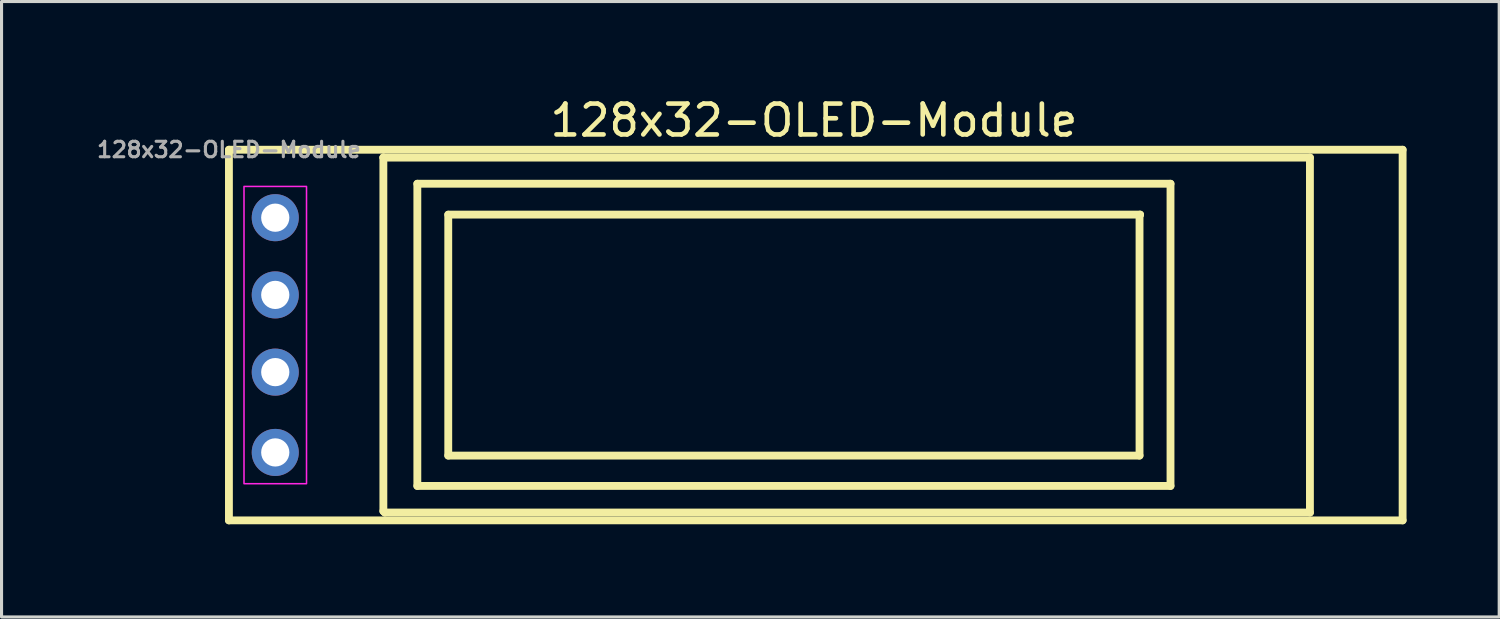
<source format=kicad_pcb>
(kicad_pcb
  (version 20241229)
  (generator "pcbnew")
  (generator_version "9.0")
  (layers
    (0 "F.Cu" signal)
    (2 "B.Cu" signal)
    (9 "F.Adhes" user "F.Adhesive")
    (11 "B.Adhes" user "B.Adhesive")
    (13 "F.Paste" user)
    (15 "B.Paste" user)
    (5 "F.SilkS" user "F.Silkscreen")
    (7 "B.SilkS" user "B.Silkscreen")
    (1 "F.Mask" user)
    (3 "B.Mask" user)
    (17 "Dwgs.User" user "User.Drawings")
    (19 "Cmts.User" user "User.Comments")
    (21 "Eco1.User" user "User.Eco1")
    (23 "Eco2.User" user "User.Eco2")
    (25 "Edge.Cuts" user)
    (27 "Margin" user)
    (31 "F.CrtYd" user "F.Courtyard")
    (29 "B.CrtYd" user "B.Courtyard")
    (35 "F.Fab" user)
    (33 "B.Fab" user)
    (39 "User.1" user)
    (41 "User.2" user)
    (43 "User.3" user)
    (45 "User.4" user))
  (footprint "128x32-OLED-Module"
    (layer "F.Cu")
    (at 4.362 1.798)
    (property "Reference" "128x32-OLED-Module" (at 18.939 -0.95 0) (layer "F.SilkS") (effects (font (size 1 1) (thickness 0.15))))
    (fp_line (start 0 0) (end 38 0) (stroke (width 0.254) (type default)) (layer "F.SilkS"))
    (fp_line (start 0 12) (end 0 0) (stroke (width 0.254) (type default)) (layer "F.SilkS"))
    (fp_line (start 5 0.25) (end 5.003 0.254) (stroke (width 0.254) (type default)) (layer "F.SilkS"))
    (fp_line (start 5 11.7) (end 5 0.254) (stroke (width 0.254) (type default)) (layer "F.SilkS"))
    (fp_line (start 5.003 0.254) (end 34.999 0.254) (stroke (width 0.254) (type default)) (layer "F.SilkS"))
    (fp_line (start 5.046 11.746) (end 5 11.7) (stroke (width 0.254) (type default)) (layer "F.SilkS"))
    (fp_line (start 6.1 1.101) (end 30.485 1.101) (stroke (width 0.254) (type default)) (layer "F.SilkS"))
    (fp_line (start 6.1 10.885) (end 6.1 1.101) (stroke (width 0.254) (type default)) (layer "F.SilkS"))
    (fp_line (start 7.101 2.104) (end 7.101 9.902) (stroke (width 0.254) (type default)) (layer "F.SilkS"))
    (fp_line (start 7.101 9.902) (end 29.482 9.902) (stroke (width 0.254) (type default)) (layer "F.SilkS"))
    (fp_line (start 29.482 2.118) (end 29.5 2.1) (stroke (width 0.254) (type default)) (layer "F.SilkS"))
    (fp_line (start 29.482 9.902) (end 29.482 2.118) (stroke (width 0.254) (type default)) (layer "F.SilkS"))
    (fp_line (start 29.5 2.1) (end 7.101 2.1) (stroke (width 0.254) (type default)) (layer "F.SilkS"))
    (fp_line (start 30.485 1.101) (end 30.485 10.885) (stroke (width 0.254) (type default)) (layer "F.SilkS"))
    (fp_line (start 30.485 10.885) (end 6.1 10.885) (stroke (width 0.254) (type default)) (layer "F.SilkS"))
    (fp_line (start 34.999 0.254) (end 34.999 11.746) (stroke (width 0.254) (type default)) (layer "F.SilkS"))
    (fp_line (start 34.999 11.746) (end 5.046 11.746) (stroke (width 0.254) (type default)) (layer "F.SilkS"))
    (fp_line (start 38 0) (end 38 12) (stroke (width 0.254) (type default)) (layer "F.SilkS"))
    (fp_line (start 38 12) (end 0 12) (stroke (width 0.254) (type default)) (layer "F.SilkS"))
    (fp_rect (start 0.488 1.188) (end 2.512 10.812) (stroke (width 0.05) (type default)) (fill no) (layer "F.CrtYd"))
    (fp_text user "${REFERENCE}" (at 0 0 0) (layer "F.Fab") (effects (font (size 0.5 0.5) (thickness 0.1))))
    (pad "1" thru_hole circle (at 1.5 2.2) (size 1.524 1.524) (drill 0.914) (layers "*.Cu" "*.Mask"))
    (pad "2" thru_hole circle (at 1.5 4.7) (size 1.524 1.524) (drill 0.914) (layers "*.Cu" "*.Mask"))
    (pad "3" thru_hole circle (at 1.5 7.2) (size 1.524 1.524) (drill 0.914) (layers "*.Cu" "*.Mask"))
    (pad "4" thru_hole circle (at 1.5 9.8) (size 1.524 1.524) (drill 0.914) (layers "*.Cu" "*.Mask")))
  (gr_rect
    (start -3 -3)
    (end 45.489 16.925)
    (stroke (width 0.1) (type default))
    (fill no)
    (layer "Edge.Cuts")))
</source>
